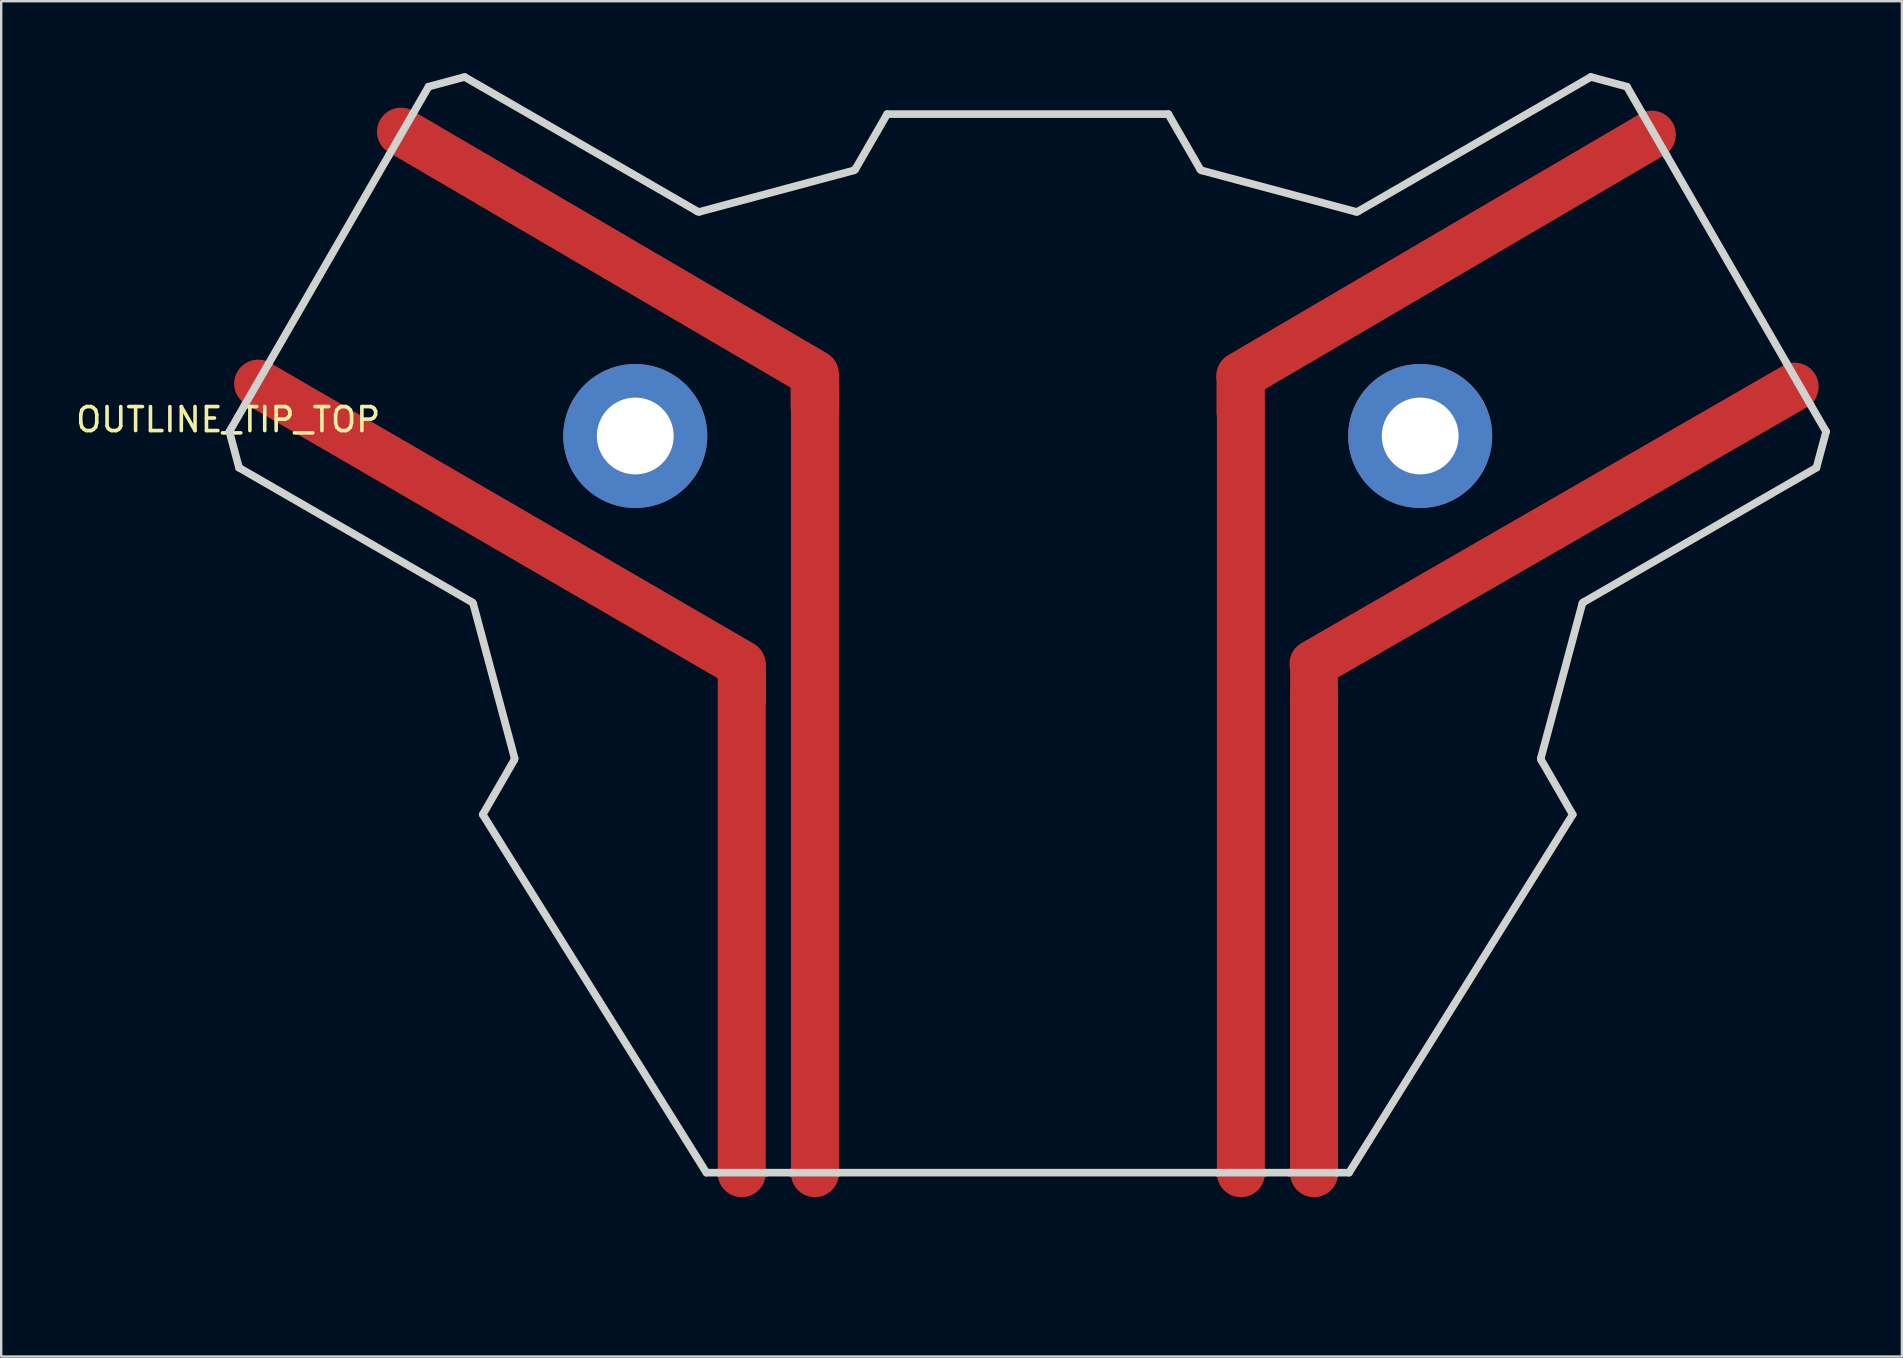
<source format=kicad_pcb>
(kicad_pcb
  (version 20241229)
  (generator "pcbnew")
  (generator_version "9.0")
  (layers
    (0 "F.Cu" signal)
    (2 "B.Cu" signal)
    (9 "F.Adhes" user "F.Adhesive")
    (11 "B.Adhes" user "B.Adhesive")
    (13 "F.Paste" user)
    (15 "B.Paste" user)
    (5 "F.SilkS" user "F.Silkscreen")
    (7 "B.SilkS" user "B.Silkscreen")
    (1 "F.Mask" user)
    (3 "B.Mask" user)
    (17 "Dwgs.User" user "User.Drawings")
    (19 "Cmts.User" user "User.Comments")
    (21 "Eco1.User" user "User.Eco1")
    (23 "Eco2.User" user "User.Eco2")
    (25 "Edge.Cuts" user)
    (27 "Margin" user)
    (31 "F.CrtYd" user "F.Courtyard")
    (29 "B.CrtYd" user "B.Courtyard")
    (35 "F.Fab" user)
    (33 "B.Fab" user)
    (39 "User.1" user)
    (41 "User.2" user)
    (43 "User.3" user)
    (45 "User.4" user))
  (footprint "OUTLINE_TIP_TOP"
    (layer "F.Cu")
    (at 6.458 14.937)
    (property "Reference" "OUTLINE_TIP_TOP" (at 0 -0.5 0) (unlocked yes) (layer "F.SilkS") (effects (font (size 1 1) (thickness 0.15))))
    (attr smd board_only exclude_from_pos_files exclude_from_bom allow_missing_courtyard)
    (fp_line (start 1.25 -2) (end 21.4 9.7) (stroke (width 2) (type default)) (layer "F.Cu"))
    (fp_line (start 7.2 -12.5) (end 24.45 -2.4) (stroke (width 2) (type default)) (layer "F.Cu"))
    (fp_line (start 21.4 10.2) (end 21.4 30.9) (stroke (width 2) (type default)) (layer "F.Cu"))
    (fp_line (start 24.45 -1.65) (end 24.45 30.9) (stroke (width 2) (type default)) (layer "F.Cu"))
    (fp_line (start 42.2 -1.85) (end 42.2 30.9) (stroke (width 2) (type default)) (layer "F.Cu"))
    (fp_line (start 45.25 11) (end 45.25 30.9) (stroke (width 2) (type default)) (layer "F.Cu"))
    (fp_line (start 59.325 -12.375) (end 42.175 -2.325) (stroke (width 2) (type default)) (layer "F.Cu"))
    (fp_line (start 65.275 -1.875) (end 45.225 9.675) (stroke (width 2) (type default)) (layer "F.Cu"))
    (fp_rect (start 21.9 9.65) (end 22.4 11.35) (stroke (width 0.02) (type solid)) (fill yes) (layer "F.Cu"))
    (fp_rect (start 23.45 -2.65) (end 23.95 -0.95) (stroke (width 0.02) (type solid)) (fill yes) (layer "F.Cu"))
    (fp_rect (start 24.95 -2.4) (end 25.45 -0.7) (stroke (width 0.02) (type solid)) (fill yes) (layer "F.Cu"))
    (fp_rect (start 41.2 -2.4) (end 41.7 -0.7) (stroke (width 0.02) (type solid)) (fill yes) (layer "F.Cu"))
    (fp_rect (start 44.26 9.55) (end 44.76 11.25) (stroke (width 0.02) (type solid)) (fill yes) (layer "F.Cu"))
    (fp_rect (start 45.74 9.55) (end 46.24 11.25) (stroke (width 0.02) (type solid)) (fill yes) (layer "F.Cu"))
    (fp_line (start 1.25 -2) (end 21.4 9.7) (stroke (width 2) (type default)) (layer "F.Mask"))
    (fp_line (start 7.2 -12.5) (end 24.45 -2.4) (stroke (width 2) (type default)) (layer "F.Mask"))
    (fp_line (start 21.4 10.2) (end 21.4 30.9) (stroke (width 2) (type default)) (layer "F.Mask"))
    (fp_line (start 24.45 -1.65) (end 24.45 30.9) (stroke (width 2) (type default)) (layer "F.Mask"))
    (fp_line (start 42.2 -1.85) (end 42.2 30.9) (stroke (width 2) (type default)) (layer "F.Mask"))
    (fp_line (start 45.25 11) (end 45.25 30.9) (stroke (width 2) (type default)) (layer "F.Mask"))
    (fp_line (start 59.325 -12.375) (end 42.175 -2.325) (stroke (width 2) (type default)) (layer "F.Mask"))
    (fp_line (start 65.275 -1.875) (end 45.225 9.675) (stroke (width 2) (type default)) (layer "F.Mask"))
    (fp_rect (start 21.9 9.65) (end 22.4 11.35) (stroke (width 0.02) (type solid)) (fill yes) (layer "F.Mask"))
    (fp_rect (start 23.45 -2.65) (end 23.95 -0.95) (stroke (width 0.02) (type solid)) (fill yes) (layer "F.Mask"))
    (fp_rect (start 24.95 -2.4) (end 25.45 -0.7) (stroke (width 0.02) (type solid)) (fill yes) (layer "F.Mask"))
    (fp_rect (start 41.2 -2.4) (end 41.7 -0.7) (stroke (width 0.02) (type solid)) (fill yes) (layer "F.Mask"))
    (fp_rect (start 44.26 9.55) (end 44.76 11.25) (stroke (width 0.02) (type solid)) (fill yes) (layer "F.Mask"))
    (fp_rect (start 45.74 9.55) (end 46.24 11.25) (stroke (width 0.02) (type solid)) (fill yes) (layer "F.Mask"))
    (fp_line (start 0.05 0) (end 0.453 1.503) (stroke (width 0.318) (type solid)) (layer "Edge.Cuts"))
    (fp_line (start 0.453 1.503) (end 10.164 7.11) (stroke (width 0.318) (type solid)) (layer "Edge.Cuts"))
    (fp_line (start 0.7 -1.126) (end 0.05 0) (stroke (width 0.318) (type solid)) (layer "Edge.Cuts"))
    (fp_line (start 1.7 -2.858) (end 0.7 -1.126) (stroke (width 0.318) (type solid)) (layer "Edge.Cuts"))
    (fp_line (start 6.7 -11.518) (end 1.7 -2.858) (stroke (width 0.318) (type solid)) (layer "Edge.Cuts"))
    (fp_line (start 7.7 -13.25) (end 6.7 -11.518) (stroke (width 0.318) (type solid)) (layer "Edge.Cuts"))
    (fp_line (start 8.35 -14.376) (end 7.7 -13.25) (stroke (width 0.318) (type solid)) (layer "Edge.Cuts"))
    (fp_line (start 9.853 -14.779) (end 8.35 -14.376) (stroke (width 0.318) (type solid)) (layer "Edge.Cuts"))
    (fp_line (start 10.211 7.17) (end 11.934 13.6) (stroke (width 0.318) (type solid)) (layer "Edge.Cuts"))
    (fp_line (start 10.608 15.956) (end 19.928 30.878) (stroke (width 0.318) (type solid)) (layer "Edge.Cuts"))
    (fp_line (start 11.924 13.676) (end 10.608 15.956) (stroke (width 0.318) (type solid)) (layer "Edge.Cuts"))
    (fp_line (start 19.564 -9.172) (end 9.853 -14.779) (stroke (width 0.318) (type solid)) (layer "Edge.Cuts"))
    (fp_line (start 19.928 30.878) (end 20.428 30.878) (stroke (width 0.318) (type solid)) (layer "Edge.Cuts"))
    (fp_line (start 20.428 30.878) (end 22.428 30.878) (stroke (width 0.318) (type solid)) (layer "Edge.Cuts"))
    (fp_line (start 22.428 30.878) (end 23.428 30.878) (stroke (width 0.318) (type solid)) (layer "Edge.Cuts"))
    (fp_line (start 23.428 30.878) (end 25.428 30.878) (stroke (width 0.318) (type solid)) (layer "Edge.Cuts"))
    (fp_line (start 25.428 30.878) (end 41.208 30.878) (stroke (width 0.318) (type solid)) (layer "Edge.Cuts"))
    (fp_line (start 26.07 -10.884) (end 19.64 -9.162) (stroke (width 0.318) (type solid)) (layer "Edge.Cuts"))
    (fp_line (start 27.46 -13.233) (end 26.131 -10.931) (stroke (width 0.318) (type solid)) (layer "Edge.Cuts"))
    (fp_line (start 39.176 -13.233) (end 27.46 -13.233) (stroke (width 0.318) (type solid)) (layer "Edge.Cuts"))
    (fp_line (start 40.505 -10.931) (end 39.176 -13.233) (stroke (width 0.318) (type solid)) (layer "Edge.Cuts"))
    (fp_line (start 41.208 30.878) (end 43.208 30.878) (stroke (width 0.318) (type solid)) (layer "Edge.Cuts"))
    (fp_line (start 43.208 30.878) (end 44.208 30.878) (stroke (width 0.318) (type solid)) (layer "Edge.Cuts"))
    (fp_line (start 44.208 30.878) (end 46.208 30.878) (stroke (width 0.318) (type solid)) (layer "Edge.Cuts"))
    (fp_line (start 46.208 30.878) (end 46.708 30.878) (stroke (width 0.318) (type solid)) (layer "Edge.Cuts"))
    (fp_line (start 46.708 30.878) (end 56.028 15.956) (stroke (width 0.318) (type solid)) (layer "Edge.Cuts"))
    (fp_line (start 46.996 -9.162) (end 40.566 -10.884) (stroke (width 0.318) (type solid)) (layer "Edge.Cuts"))
    (fp_line (start 54.702 13.6) (end 56.425 7.17) (stroke (width 0.318) (type solid)) (layer "Edge.Cuts"))
    (fp_line (start 56.028 15.956) (end 54.712 13.676) (stroke (width 0.318) (type solid)) (layer "Edge.Cuts"))
    (fp_line (start 56.472 7.11) (end 66.183 1.503) (stroke (width 0.318) (type solid)) (layer "Edge.Cuts"))
    (fp_line (start 56.783 -14.779) (end 47.072 -9.172) (stroke (width 0.318) (type solid)) (layer "Edge.Cuts"))
    (fp_line (start 58.286 -14.376) (end 56.783 -14.779) (stroke (width 0.318) (type solid)) (layer "Edge.Cuts"))
    (fp_line (start 58.936 -13.25) (end 58.286 -14.376) (stroke (width 0.318) (type solid)) (layer "Edge.Cuts"))
    (fp_line (start 59.936 -11.518) (end 58.936 -13.25) (stroke (width 0.318) (type solid)) (layer "Edge.Cuts"))
    (fp_line (start 64.936 -2.858) (end 59.936 -11.518) (stroke (width 0.318) (type solid)) (layer "Edge.Cuts"))
    (fp_line (start 65.936 -1.126) (end 64.936 -2.858) (stroke (width 0.318) (type solid)) (layer "Edge.Cuts"))
    (fp_line (start 66.183 1.503) (end 66.586 0) (stroke (width 0.318) (type solid)) (layer "Edge.Cuts"))
    (fp_line (start 66.586 0) (end 65.936 -1.126) (stroke (width 0.318) (type solid)) (layer "Edge.Cuts"))
    (fp_arc (start 10.164421 7.109735) (mid 10.19377 7.135454) (end 10.211014 7.170455) (stroke (width 0.3175) (type solid)) (layer "Edge.Cuts"))
    (fp_arc (start 11.933935 13.600483) (mid 11.936479 13.639415) (end 11.923944 13.676365) (stroke (width 0.3175) (type solid)) (layer "Edge.Cuts"))
    (fp_arc (start 19.640303 -9.161553) (mid 19.601375 -9.15902) (end 19.564421 -9.171543) (stroke (width 0.3175) (type solid)) (layer "Edge.Cuts"))
    (fp_arc (start 26.131051 -10.931066) (mid 26.105323 -10.901734) (end 26.070331 -10.884473) (stroke (width 0.3175) (type solid)) (layer "Edge.Cuts"))
    (fp_arc (start 40.565714 -10.884473) (mid 40.530714 -10.901725) (end 40.504994 -10.931066) (stroke (width 0.3175) (type solid)) (layer "Edge.Cuts"))
    (fp_arc (start 47.071624 -9.171543) (mid 47.034678 -9.15902) (end 46.995742 -9.161553) (stroke (width 0.3175) (type solid)) (layer "Edge.Cuts"))
    (fp_arc (start 54.712101 13.676365) (mid 54.699546 13.639417) (end 54.702111 13.600483) (stroke (width 0.3175) (type solid)) (layer "Edge.Cuts"))
    (fp_arc (start 56.425031 7.170455) (mid 56.442295 7.135469) (end 56.471624 7.109735) (stroke (width 0.3175) (type solid)) (layer "Edge.Cuts"))
    (fp_line (start 0.7 -1.126) (end 20.428 10.264) (stroke (width 0.318) (type solid)) (layer "User.7"))
    (fp_line (start 6.7 -11.518) (end 23.428 -1.86) (stroke (width 0.318) (type solid)) (layer "User.7"))
    (fp_line (start 11.944 -10.8) (end 4.944 1.324) (stroke (width 0.318) (type solid)) (layer "User.7"))
    (fp_line (start 14.318 17.739) (end 14.318 16.596) (stroke (width 0.318) (type solid)) (layer "User.7"))
    (fp_line (start 14.89 17.167) (end 13.747 17.167) (stroke (width 0.318) (type solid)) (layer "User.7"))
    (fp_line (start 16.964 0.753) (end 16.964 -0.39) (stroke (width 0.318) (type solid)) (layer "User.7"))
    (fp_line (start 17.535 0.181) (end 16.392 0.181) (stroke (width 0.318) (type solid)) (layer "User.7"))
    (fp_line (start 20.428 10.264) (end 20.428 30.878) (stroke (width 0.318) (type solid)) (layer "User.7"))
    (fp_line (start 22.428 9.109) (end 1.7 -2.858) (stroke (width 0.318) (type solid)) (layer "User.7"))
    (fp_line (start 22.428 30.878) (end 22.428 9.109) (stroke (width 0.318) (type solid)) (layer "User.7"))
    (fp_line (start 23.428 -1.86) (end 23.428 30.878) (stroke (width 0.318) (type solid)) (layer "User.7"))
    (fp_line (start 25.428 -3.015) (end 7.7 -13.25) (stroke (width 0.318) (type solid)) (layer "User.7"))
    (fp_line (start 25.428 30.878) (end 25.428 -3.015) (stroke (width 0.318) (type solid)) (layer "User.7"))
    (fp_line (start 41.208 -3.015) (end 41.208 30.878) (stroke (width 0.318) (type solid)) (layer "User.7"))
    (fp_line (start 43.208 -1.86) (end 59.936 -11.518) (stroke (width 0.318) (type solid)) (layer "User.7"))
    (fp_line (start 43.208 30.878) (end 43.208 -1.86) (stroke (width 0.318) (type solid)) (layer "User.7"))
    (fp_line (start 44.208 9.109) (end 44.208 30.878) (stroke (width 0.318) (type solid)) (layer "User.7"))
    (fp_line (start 46.208 10.264) (end 65.936 -1.126) (stroke (width 0.318) (type solid)) (layer "User.7"))
    (fp_line (start 46.208 30.878) (end 46.208 10.264) (stroke (width 0.318) (type solid)) (layer "User.7"))
    (fp_line (start 49.672 0.181) (end 49.672 -0.962) (stroke (width 0.318) (type solid)) (layer "User.7"))
    (fp_line (start 58.936 -13.25) (end 41.208 -3.015) (stroke (width 0.318) (type solid)) (layer "User.7"))
    (fp_line (start 61.693 1.324) (end 54.693 -10.8) (stroke (width 0.318) (type solid)) (layer "User.7"))
    (fp_line (start 64.936 -2.858) (end 44.208 9.109) (stroke (width 0.318) (type solid)) (layer "User.7"))
    (fp_circle (center 14.318 17.167) (end 14.568 17.167) (stroke (width 0.318) (type solid)) (fill no) (layer "User.7"))
    (fp_circle (center 16.964 0.181) (end 18.564 0.181) (stroke (width 0.318) (type solid)) (fill no) (layer "User.7"))
    (fp_circle (center 49.672 0.181) (end 51.272 0.181) (stroke (width 0.318) (type solid)) (fill no) (layer "User.7"))
    (fp_line (start 0 0) (end 0.403 1.503) (stroke (width 0.318) (type solid)) (layer "User.9"))
    (fp_line (start 0.403 1.503) (end 10.114 7.11) (stroke (width 0.318) (type solid)) (layer "User.9"))
    (fp_line (start 0.65 -1.126) (end 0 0) (stroke (width 0.318) (type solid)) (layer "User.9"))
    (fp_line (start 0.65 -1.126) (end 20.378 10.264) (stroke (width 0.318) (type solid)) (layer "User.9"))
    (fp_line (start 1.65 -2.858) (end 0.65 -1.126) (stroke (width 0.318) (type solid)) (layer "User.9"))
    (fp_line (start 6.65 -11.518) (end 1.65 -2.858) (stroke (width 0.318) (type solid)) (layer "User.9"))
    (fp_line (start 6.65 -11.518) (end 23.378 -1.86) (stroke (width 0.318) (type solid)) (layer "User.9"))
    (fp_line (start 7.65 -13.25) (end 6.65 -11.518) (stroke (width 0.318) (type solid)) (layer "User.9"))
    (fp_line (start 8.3 -14.376) (end 7.65 -13.25) (stroke (width 0.318) (type solid)) (layer "User.9"))
    (fp_line (start 9.335 -4.194) (end 3.208 -7.732) (stroke (width 0.318) (type solid)) (layer "User.9"))
    (fp_line (start 9.803 -14.779) (end 8.3 -14.376) (stroke (width 0.318) (type solid)) (layer "User.9"))
    (fp_line (start 10.161 7.17) (end 11.884 13.6) (stroke (width 0.318) (type solid)) (layer "User.9"))
    (fp_line (start 10.558 15.956) (end 19.878 30.878) (stroke (width 0.318) (type solid)) (layer "User.9"))
    (fp_line (start 11.874 13.676) (end 10.558 15.956) (stroke (width 0.318) (type solid)) (layer "User.9"))
    (fp_line (start 11.894 -10.8) (end 4.894 1.324) (stroke (width 0.318) (type solid)) (layer "User.9"))
    (fp_line (start 14.268 17.739) (end 14.268 16.596) (stroke (width 0.318) (type solid)) (layer "User.9"))
    (fp_line (start 14.84 17.167) (end 13.697 17.167) (stroke (width 0.318) (type solid)) (layer "User.9"))
    (fp_line (start 16.914 0.753) (end 16.914 -0.39) (stroke (width 0.318) (type solid)) (layer "User.9"))
    (fp_line (start 17.485 0.181) (end 16.342 0.181) (stroke (width 0.318) (type solid)) (layer "User.9"))
    (fp_line (start 19.514 -9.172) (end 9.803 -14.779) (stroke (width 0.318) (type solid)) (layer "User.9"))
    (fp_line (start 19.878 30.878) (end 20.378 30.878) (stroke (width 0.318) (type solid)) (layer "User.9"))
    (fp_line (start 20.378 10.264) (end 20.378 30.878) (stroke (width 0.318) (type solid)) (layer "User.9"))
    (fp_line (start 20.378 30.878) (end 22.378 30.878) (stroke (width 0.318) (type solid)) (layer "User.9"))
    (fp_line (start 22.378 9.109) (end 1.65 -2.858) (stroke (width 0.318) (type solid)) (layer "User.9"))
    (fp_line (start 22.378 30.878) (end 22.378 9.109) (stroke (width 0.318) (type solid)) (layer "User.9"))
    (fp_line (start 22.378 30.878) (end 23.378 30.878) (stroke (width 0.318) (type solid)) (layer "User.9"))
    (fp_line (start 23.378 -1.86) (end 23.378 30.878) (stroke (width 0.318) (type solid)) (layer "User.9"))
    (fp_line (start 23.378 30.878) (end 25.378 30.878) (stroke (width 0.318) (type solid)) (layer "User.9"))
    (fp_line (start 25.378 -3.015) (end 7.65 -13.25) (stroke (width 0.318) (type solid)) (layer "User.9"))
    (fp_line (start 25.378 30.878) (end 25.378 -3.015) (stroke (width 0.318) (type solid)) (layer "User.9"))
    (fp_line (start 25.378 30.878) (end 41.158 30.878) (stroke (width 0.318) (type solid)) (layer "User.9"))
    (fp_line (start 26.02 -10.884) (end 19.59 -9.162) (stroke (width 0.318) (type solid)) (layer "User.9"))
    (fp_line (start 27.41 -13.233) (end 26.081 -10.931) (stroke (width 0.318) (type solid)) (layer "User.9"))
    (fp_line (start 39.126 -13.233) (end 27.41 -13.233) (stroke (width 0.318) (type solid)) (layer "User.9"))
    (fp_line (start 40.455 -10.931) (end 39.126 -13.233) (stroke (width 0.318) (type solid)) (layer "User.9"))
    (fp_line (start 41.158 -3.015) (end 41.158 30.878) (stroke (width 0.318) (type solid)) (layer "User.9"))
    (fp_line (start 41.158 30.878) (end 43.158 30.878) (stroke (width 0.318) (type solid)) (layer "User.9"))
    (fp_line (start 43.158 -1.86) (end 59.886 -11.518) (stroke (width 0.318) (type solid)) (layer "User.9"))
    (fp_line (start 43.158 30.878) (end 43.158 -1.86) (stroke (width 0.318) (type solid)) (layer "User.9"))
    (fp_line (start 43.158 30.878) (end 44.158 30.878) (stroke (width 0.318) (type solid)) (layer "User.9"))
    (fp_line (start 44.158 9.109) (end 44.158 30.878) (stroke (width 0.318) (type solid)) (layer "User.9"))
    (fp_line (start 44.158 30.878) (end 46.158 30.878) (stroke (width 0.318) (type solid)) (layer "User.9"))
    (fp_line (start 46.158 10.264) (end 65.886 -1.126) (stroke (width 0.318) (type solid)) (layer "User.9"))
    (fp_line (start 46.158 30.878) (end 46.158 10.264) (stroke (width 0.318) (type solid)) (layer "User.9"))
    (fp_line (start 46.158 30.878) (end 46.658 30.878) (stroke (width 0.318) (type solid)) (layer "User.9"))
    (fp_line (start 46.658 30.878) (end 55.978 15.956) (stroke (width 0.318) (type solid)) (layer "User.9"))
    (fp_line (start 46.946 -9.162) (end 40.516 -10.884) (stroke (width 0.318) (type solid)) (layer "User.9"))
    (fp_line (start 49.622 0.753) (end 49.622 -0.39) (stroke (width 0.318) (type solid)) (layer "User.9"))
    (fp_line (start 50.194 0.181) (end 49.051 0.181) (stroke (width 0.318) (type solid)) (layer "User.9"))
    (fp_line (start 54.652 13.6) (end 56.375 7.17) (stroke (width 0.318) (type solid)) (layer "User.9"))
    (fp_line (start 55.978 15.956) (end 54.662 13.676) (stroke (width 0.318) (type solid)) (layer "User.9"))
    (fp_line (start 56.422 7.11) (end 66.133 1.503) (stroke (width 0.318) (type solid)) (layer "User.9"))
    (fp_line (start 56.733 -14.779) (end 47.022 -9.172) (stroke (width 0.318) (type solid)) (layer "User.9"))
    (fp_line (start 57.201 -4.194) (end 63.328 -7.732) (stroke (width 0.318) (type solid)) (layer "User.9"))
    (fp_line (start 58.236 -14.376) (end 56.733 -14.779) (stroke (width 0.318) (type solid)) (layer "User.9"))
    (fp_line (start 58.886 -13.25) (end 41.158 -3.015) (stroke (width 0.318) (type solid)) (layer "User.9"))
    (fp_line (start 58.886 -13.25) (end 58.236 -14.376) (stroke (width 0.318) (type solid)) (layer "User.9"))
    (fp_line (start 59.886 -11.518) (end 58.886 -13.25) (stroke (width 0.318) (type solid)) (layer "User.9"))
    (fp_line (start 61.643 1.324) (end 54.643 -10.8) (stroke (width 0.318) (type solid)) (layer "User.9"))
    (fp_line (start 64.886 -2.858) (end 44.158 9.109) (stroke (width 0.318) (type solid)) (layer "User.9"))
    (fp_line (start 64.886 -2.858) (end 59.886 -11.518) (stroke (width 0.318) (type solid)) (layer "User.9"))
    (fp_line (start 65.886 -1.126) (end 64.886 -2.858) (stroke (width 0.318) (type solid)) (layer "User.9"))
    (fp_line (start 66.133 1.503) (end 66.536 0) (stroke (width 0.318) (type solid)) (layer "User.9"))
    (fp_line (start 66.536 0) (end 65.886 -1.126) (stroke (width 0.318) (type solid)) (layer "User.9"))
    (fp_arc (start 10.114421 7.109735) (mid 10.14377 7.135454) (end 10.161014 7.170455) (stroke (width 0.3175) (type solid)) (layer "User.9"))
    (fp_arc (start 11.883935 13.600483) (mid 11.886479 13.639415) (end 11.873944 13.676365) (stroke (width 0.3175) (type solid)) (layer "User.9"))
    (fp_arc (start 19.590303 -9.161553) (mid 19.551375 -9.15902) (end 19.514421 -9.171543) (stroke (width 0.3175) (type solid)) (layer "User.9"))
    (fp_arc (start 26.081051 -10.931066) (mid 26.055323 -10.901734) (end 26.020331 -10.884473) (stroke (width 0.3175) (type solid)) (layer "User.9"))
    (fp_arc (start 40.515714 -10.884473) (mid 40.480714 -10.901725) (end 40.454994 -10.931066) (stroke (width 0.3175) (type solid)) (layer "User.9"))
    (fp_arc (start 47.021624 -9.171543) (mid 46.984678 -9.15902) (end 46.945742 -9.161553) (stroke (width 0.3175) (type solid)) (layer "User.9"))
    (fp_arc (start 54.662101 13.676365) (mid 54.649546 13.639417) (end 54.652111 13.600483) (stroke (width 0.3175) (type solid)) (layer "User.9"))
    (fp_arc (start 56.375031 7.170455) (mid 56.392295 7.135469) (end 56.421624 7.109735) (stroke (width 0.3175) (type solid)) (layer "User.9"))
    (fp_circle (center 14.268 17.167) (end 14.518 17.167) (stroke (width 0.318) (type solid)) (fill no) (layer "User.9"))
    (fp_circle (center 16.914 0.181) (end 18.514 0.181) (stroke (width 0.318) (type solid)) (fill no) (layer "User.9"))
    (fp_circle (center 49.622 0.181) (end 51.222 0.181) (stroke (width 0.318) (type solid)) (fill no) (layer "User.9"))
    (fp_text user "" (at 33.268 34.967 0) (layer "User.9") (effects (font (size 1.524 1.372) (thickness 0.191)) (justify top)))
    (pad "~" thru_hole circle (at 16.964 0.181) (size 6 6) (drill 3.2) (layers "*.Cu" "*.Mask"))
    (pad "~" thru_hole circle (at 49.672 0.181) (size 6 6) (drill 3.2) (layers "*.Cu" "*.Mask")))
  (gr_rect
    (start -3 -3)
    (end 76.203 53.476)
    (stroke (width 0.1) (type default))
    (fill no)
    (layer "Edge.Cuts")))
</source>
